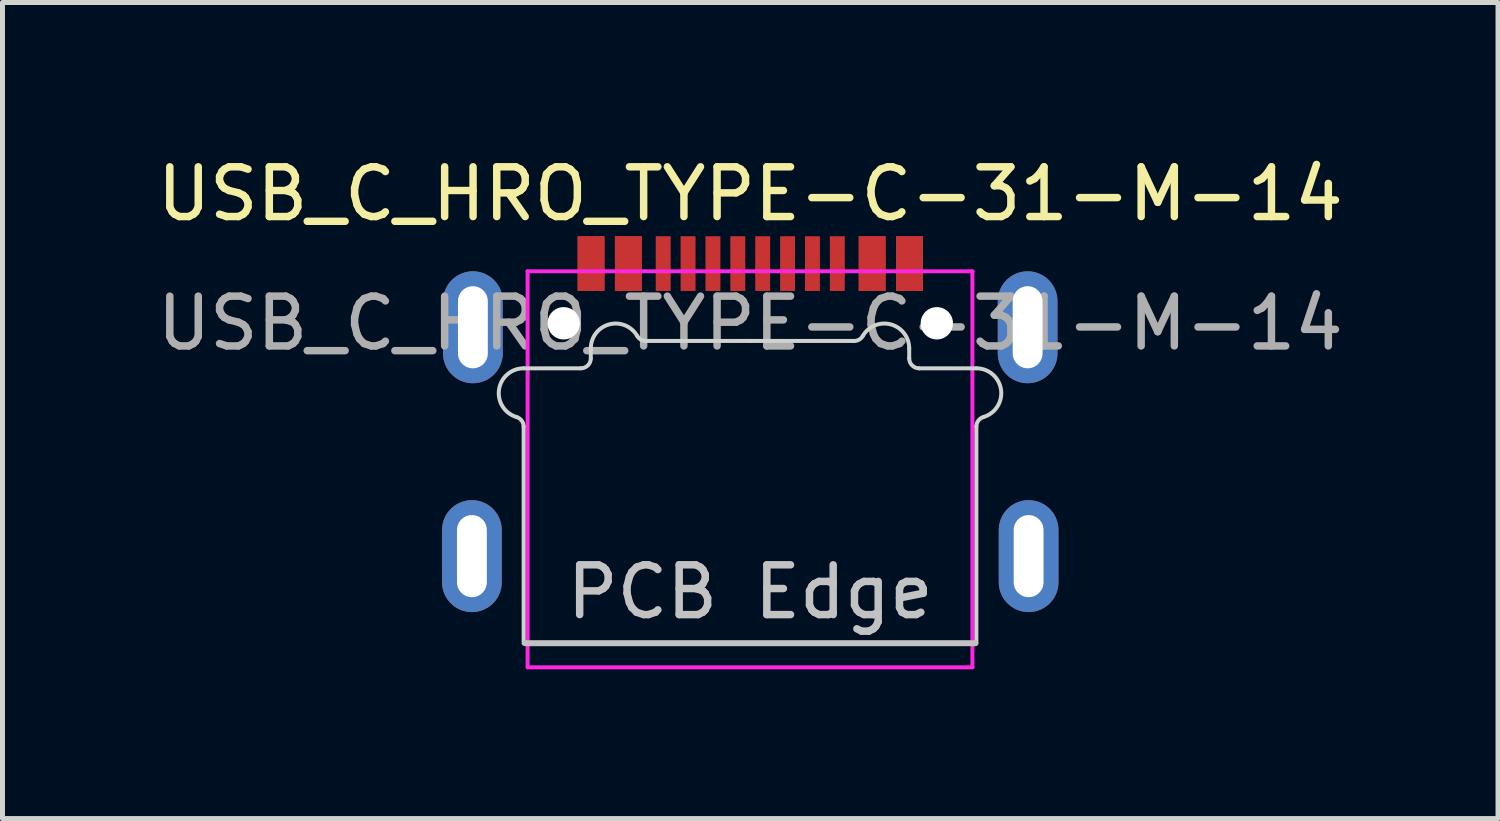
<source format=kicad_pcb>
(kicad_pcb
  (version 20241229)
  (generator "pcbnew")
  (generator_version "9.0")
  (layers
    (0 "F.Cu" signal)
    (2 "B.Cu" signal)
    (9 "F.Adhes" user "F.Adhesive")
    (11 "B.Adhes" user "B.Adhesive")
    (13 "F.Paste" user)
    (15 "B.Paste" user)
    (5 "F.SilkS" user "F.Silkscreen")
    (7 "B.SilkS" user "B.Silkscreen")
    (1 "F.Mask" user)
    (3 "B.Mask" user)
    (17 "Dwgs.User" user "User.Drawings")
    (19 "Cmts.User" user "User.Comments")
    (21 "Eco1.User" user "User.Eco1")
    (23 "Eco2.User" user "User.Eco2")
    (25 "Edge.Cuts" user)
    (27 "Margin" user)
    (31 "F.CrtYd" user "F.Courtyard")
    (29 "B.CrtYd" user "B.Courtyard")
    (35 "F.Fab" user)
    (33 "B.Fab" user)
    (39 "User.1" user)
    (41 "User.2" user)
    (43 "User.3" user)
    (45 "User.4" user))
  (footprint "USB_C_HRO_TYPE-C-31-M-14"
    (layer "F.Cu")
    (at 12.03 3.448)
    (property "Reference" "USB_C_HRO_TYPE-C-31-M-14" (at 0 -2.6 180) (layer "F.SilkS") (effects (font (size 1 1) (thickness 0.15))))
    (attr smd)
    (fp_line (start -4.525 6.43) (end 4.525 6.43) (stroke (width 0.12) (type solid)) (layer "Dwgs.User"))
    (fp_line (start -4.555 2.076) (end -4.555 6.435) (stroke (width 0.08) (type solid)) (layer "Edge.Cuts"))
    (fp_line (start -3.405 0.905) (end -4.555 0.905) (stroke (width 0.08) (type solid)) (layer "Edge.Cuts"))
    (fp_line (start -3.205 0.505) (end -3.205 0.705) (stroke (width 0.08) (type solid)) (layer "Edge.Cuts"))
    (fp_line (start -0.005 0.355) (end -2.099 0.355) (stroke (width 0.08) (type solid)) (layer "Edge.Cuts"))
    (fp_line (start -0.005 0.355) (end 2.089 0.355) (stroke (width 0.08) (type solid)) (layer "Edge.Cuts"))
    (fp_line (start 3.195 0.505) (end 3.195 0.705) (stroke (width 0.08) (type solid)) (layer "Edge.Cuts"))
    (fp_line (start 3.395 0.905) (end 4.545 0.905) (stroke (width 0.08) (type solid)) (layer "Edge.Cuts"))
    (fp_line (start 4.545 2.076) (end 4.545 6.435) (stroke (width 0.08) (type solid)) (layer "Edge.Cuts"))
    (fp_arc (start -4.697856 1.884157) (mid -5.04976 1.332815) (end -4.554999 0.905) (stroke (width 0.08) (type solid)) (layer "Edge.Cuts"))
    (fp_arc (start -4.697856 1.884158) (mid -4.594642 1.956298) (end -4.554999 2.075821) (stroke (width 0.08) (type solid)) (layer "Edge.Cuts"))
    (fp_arc (start -3.204999 0.505) (mid -2.834408 0.022037) (end -2.271986 0.255) (stroke (width 0.08) (type solid)) (layer "Edge.Cuts"))
    (fp_arc (start -3.204998 0.705) (mid -3.263577 0.846421) (end -3.404998 0.905) (stroke (width 0.08) (type solid)) (layer "Edge.Cuts"))
    (fp_arc (start -2.098781 0.355) (mid -2.198781 0.328205) (end -2.271986 0.255) (stroke (width 0.08) (type solid)) (layer "Edge.Cuts"))
    (fp_arc (start 2.261988 0.255) (mid 2.188783 0.328205) (end 2.088783 0.355) (stroke (width 0.08) (type solid)) (layer "Edge.Cuts"))
    (fp_arc (start 2.261988 0.255) (mid 2.824411 0.022037) (end 3.195001 0.505) (stroke (width 0.08) (type solid)) (layer "Edge.Cuts"))
    (fp_arc (start 3.395 0.904999) (mid 3.253579 0.846421) (end 3.195001 0.705) (stroke (width 0.08) (type solid)) (layer "Edge.Cuts"))
    (fp_arc (start 4.545001 0.904999) (mid 5.039764 1.332815) (end 4.687858 1.884158) (stroke (width 0.08) (type solid)) (layer "Edge.Cuts"))
    (fp_arc (start 4.545001 2.075821) (mid 4.584644 1.956298) (end 4.687858 1.884158) (stroke (width 0.08) (type solid)) (layer "Edge.Cuts"))
    (fp_line (start -4.475 -1.045) (end 4.465 -1.045) (stroke (width 0.08) (type solid)) (layer "F.CrtYd"))
    (fp_line (start -4.475 6.915) (end -4.475 -1.045) (stroke (width 0.08) (type solid)) (layer "F.CrtYd"))
    (fp_line (start 4.465 -1.045) (end 4.465 6.915) (stroke (width 0.08) (type solid)) (layer "F.CrtYd"))
    (fp_line (start 4.465 6.915) (end -4.475 6.915) (stroke (width 0.08) (type solid)) (layer "F.CrtYd"))
    (fp_text user "PCB Edge" (at 0 5.4 0) (layer "Dwgs.User") (effects (font (size 1 1) (thickness 0.15))))
    (fp_text user "${REFERENCE}" (at 0 0 0) (layer "F.Fab") (effects (font (size 1 1) (thickness 0.15))))
    (pad "" np_thru_hole circle (at -3.75 0) (size 0.65 0.65) (drill 0.65) (layers "*.Cu" "*.Mask"))
    (pad "" np_thru_hole circle (at 3.75 0) (size 0.65 0.65) (drill 0.65) (layers "*.Cu" "*.Mask"))
    (pad "A1" smd rect (at -3.2 -1.2 180) (size 0.54 1.1) (layers "F.Cu" "F.Mask" "F.Paste"))
    (pad "A4" smd rect (at -2.45 -1.2 180) (size 0.54 1.1) (layers "F.Cu" "F.Mask" "F.Paste"))
    (pad "A5" smd rect (at -1.25 -1.2 180) (size 0.3 1.1) (layers "F.Cu" "F.Mask" "F.Paste"))
    (pad "A6" smd rect (at -0.25 -1.2 180) (size 0.3 1.1) (layers "F.Cu" "F.Mask" "F.Paste"))
    (pad "A7" smd rect (at 0.25 -1.2 180) (size 0.3 1.1) (layers "F.Cu" "F.Mask" "F.Paste"))
    (pad "A8" smd rect (at 1.25 -1.2 180) (size 0.3 1.1) (layers "F.Cu" "F.Mask" "F.Paste"))
    (pad "A9" smd rect (at 2.45 -1.2 180) (size 0.54 1.1) (layers "F.Cu" "F.Mask" "F.Paste"))
    (pad "A12" smd rect (at 3.2 -1.2 180) (size 0.54 1.1) (layers "F.Cu" "F.Mask" "F.Paste"))
    (pad "B1" smd rect (at 3.2 -1.2 180) (size 0.54 1.1) (layers "F.Cu" "F.Mask" "F.Paste"))
    (pad "B4" smd rect (at 2.45 -1.2 180) (size 0.54 1.1) (layers "F.Cu" "F.Mask" "F.Paste"))
    (pad "B5" smd rect (at 1.75 -1.2 180) (size 0.3 1.1) (layers "F.Cu" "F.Mask" "F.Paste"))
    (pad "B6" smd rect (at 0.75 -1.2 180) (size 0.3 1.1) (layers "F.Cu" "F.Mask" "F.Paste"))
    (pad "B7" smd rect (at -0.75 -1.2 180) (size 0.3 1.1) (layers "F.Cu" "F.Mask" "F.Paste"))
    (pad "B8" smd rect (at -1.75 -1.2 180) (size 0.3 1.1) (layers "F.Cu" "F.Mask" "F.Paste"))
    (pad "B9" smd rect (at -2.45 -1.2 180) (size 0.54 1.1) (layers "F.Cu" "F.Mask" "F.Paste"))
    (pad "B12" smd rect (at -3.2 -1.2 180) (size 0.54 1.1) (layers "F.Cu" "F.Mask" "F.Paste"))
    (pad "S1" thru_hole oval (at -5.595 4.68 180) (size 1.2 2.25) (drill oval 0.6 1.65) (layers "*.Cu" "*.Mask"))
    (pad "S1" thru_hole oval (at -5.575 0.08 180) (size 1.2 2.25) (drill oval 0.6 1.65) (layers "*.Cu" "*.Mask"))
    (pad "S1" thru_hole oval (at 5.575 0.08 180) (size 1.2 2.25) (drill oval 0.6 1.65) (layers "*.Cu" "*.Mask"))
    (pad "S1" thru_hole oval (at 5.595 4.68 180) (size 1.2 2.25) (drill oval 0.6 1.65) (layers "*.Cu" "*.Mask")))
  (gr_rect
    (start -3 -3)
    (end 27.06 13.403)
    (stroke (width 0.1) (type default))
    (fill no)
    (layer "Edge.Cuts")))
</source>
